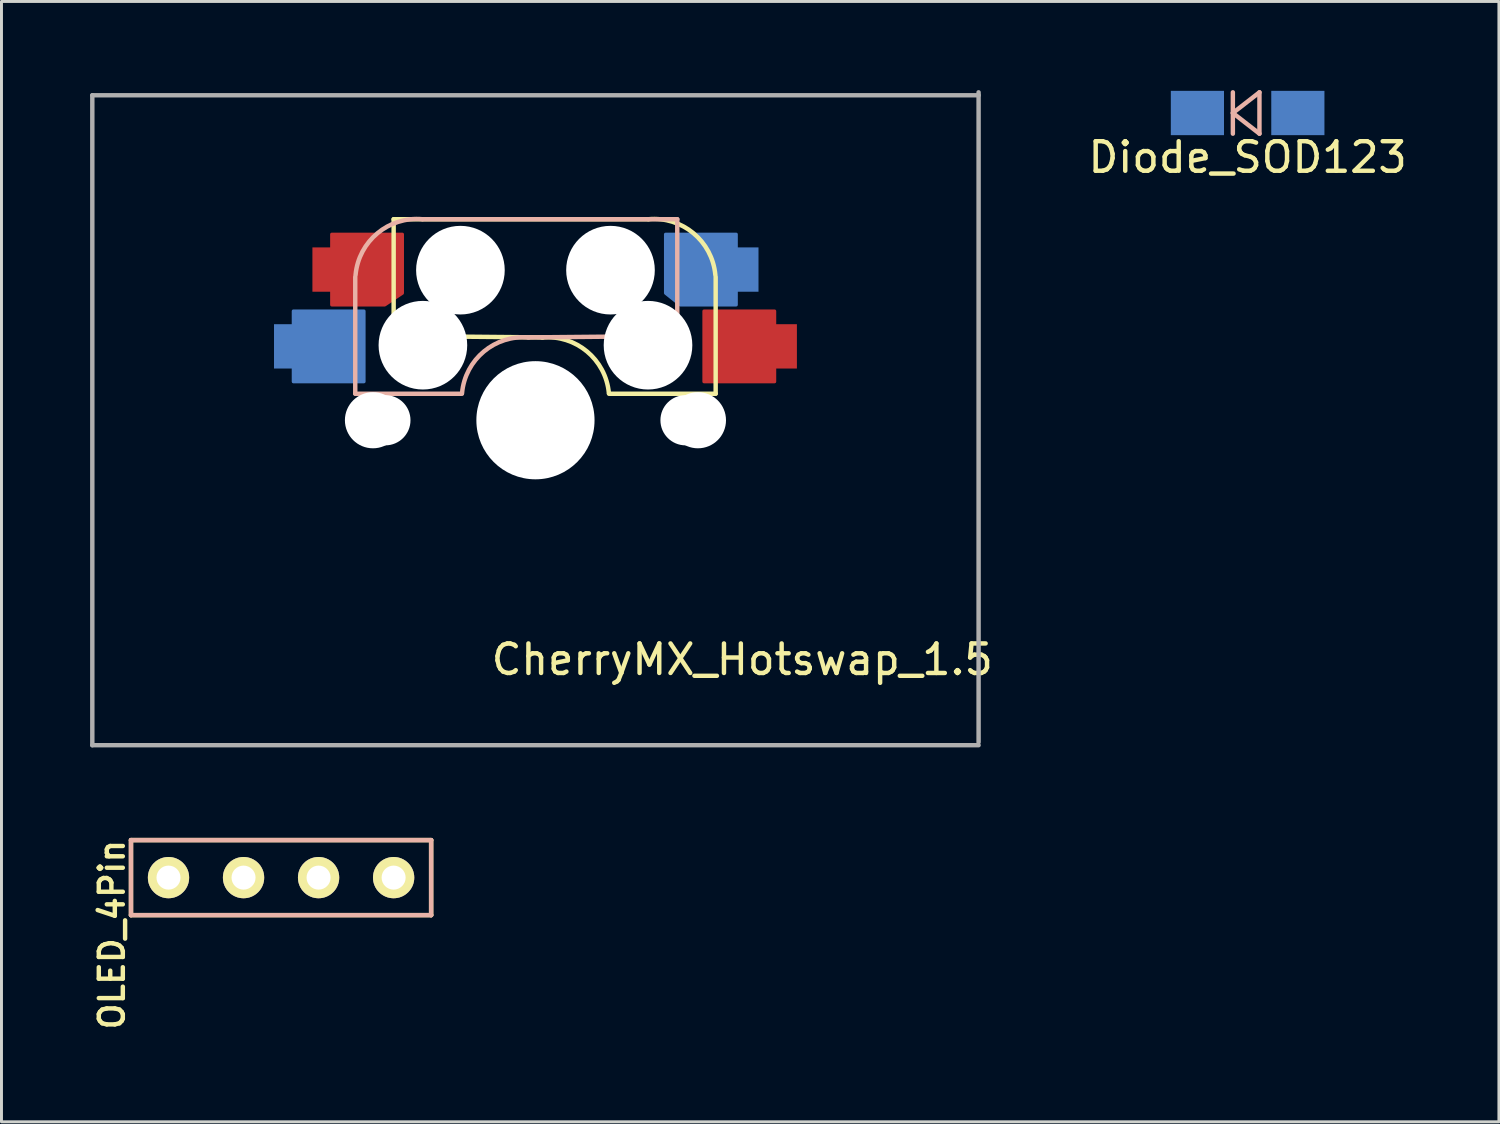
<source format=kicad_pcb>
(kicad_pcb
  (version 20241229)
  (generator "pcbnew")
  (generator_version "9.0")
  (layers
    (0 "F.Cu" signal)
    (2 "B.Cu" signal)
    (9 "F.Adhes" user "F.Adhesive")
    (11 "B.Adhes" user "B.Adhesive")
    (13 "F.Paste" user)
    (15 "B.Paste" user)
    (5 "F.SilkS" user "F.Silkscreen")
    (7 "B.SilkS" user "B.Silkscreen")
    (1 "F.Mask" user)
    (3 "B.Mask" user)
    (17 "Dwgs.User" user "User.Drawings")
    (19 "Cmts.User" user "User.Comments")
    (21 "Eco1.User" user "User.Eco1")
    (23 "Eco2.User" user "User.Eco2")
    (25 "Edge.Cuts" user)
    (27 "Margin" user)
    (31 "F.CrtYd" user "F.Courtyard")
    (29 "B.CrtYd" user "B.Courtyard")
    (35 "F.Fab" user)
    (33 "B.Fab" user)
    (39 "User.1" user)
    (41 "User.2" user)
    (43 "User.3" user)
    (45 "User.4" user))
  (footprint "Diode_SOD123"
    (placed yes)
    (layer "F.Cu")
    (at 39.182 0.775)
    (property "Reference" "Diode_SOD123" (at 0 1.5 0) (layer "F.SilkS") (effects (font (size 1 1) (thickness 0.15))))
    (attr through_hole)
    (fp_line (start -0.5 -0.7) (end -0.5 0.7) (stroke (width 0.15) (type solid)) (layer "B.SilkS"))
    (fp_line (start -0.5 0) (end 0.4 -0.7) (stroke (width 0.15) (type solid)) (layer "B.SilkS"))
    (fp_line (start 0.4 -0.7) (end 0.4 0.7) (stroke (width 0.15) (type solid)) (layer "B.SilkS"))
    (fp_line (start 0.4 0.7) (end -0.5 0) (stroke (width 0.15) (type solid)) (layer "B.SilkS"))
    (pad "1" smd rect (at -1.7 0) (size 1.8 1.5) (layers "B.Cu" "B.Mask" "B.Paste"))
    (pad "2" smd rect (at 1.7 0) (size 1.8 1.5) (layers "B.Cu" "B.Mask" "B.Paste")))
  (footprint "OLED_4Pin"
    (layer "F.Cu")
    (at 2.654 26.657)
    (property "Reference" "OLED_4Pin" (at -1.915 1.93 90) (layer "F.SilkS") (effects (font (size 0.813 0.813) (thickness 0.15))))
    (attr through_hole)
    (fp_line (start -1.27 -1.27) (end 8.89 -1.27) (stroke (width 0.15) (type solid)) (layer "F.SilkS"))
    (fp_line (start -1.27 1.27) (end -1.27 -1.27) (stroke (width 0.15) (type solid)) (layer "F.SilkS"))
    (fp_line (start -1.27 1.27) (end 8.89 1.27) (stroke (width 0.15) (type solid)) (layer "F.SilkS"))
    (fp_line (start 8.89 -1.27) (end 8.89 1.27) (stroke (width 0.15) (type solid)) (layer "F.SilkS"))
    (fp_line (start -1.27 -1.27) (end 8.89 -1.27) (stroke (width 0.15) (type solid)) (layer "B.SilkS"))
    (fp_line (start -1.27 1.27) (end -1.27 -1.27) (stroke (width 0.15) (type solid)) (layer "B.SilkS"))
    (fp_line (start 8.89 -1.27) (end 8.89 1.27) (stroke (width 0.15) (type solid)) (layer "B.SilkS"))
    (fp_line (start 8.89 1.27) (end -1.27 1.27) (stroke (width 0.15) (type solid)) (layer "B.SilkS"))
    (pad "1" thru_hole circle (at 0 0) (size 1.397 1.397) (drill 0.813) (layers "*.Cu" "*.Mask" "F.SilkS"))
    (pad "2" thru_hole circle (at 2.54 0) (size 1.397 1.397) (drill 0.813) (layers "*.Cu" "*.Mask" "F.SilkS"))
    (pad "3" thru_hole circle (at 5.08 0) (size 1.397 1.397) (drill 0.813) (layers "*.Cu" "*.Mask" "F.SilkS"))
    (pad "4" thru_hole circle (at 7.62 0) (size 1.397 1.397) (drill 0.813) (layers "*.Cu" "*.Mask" "F.SilkS")))
  (footprint "CherryMX_Hotswap_1.5"
    (layer "F.Cu")
    (at 15.075 11.175)
    (property "Reference" "CherryMX_Hotswap_1.5" (at 7 8.1 0) (layer "F.SilkS") (effects (font (size 1 1) (thickness 0.15))))
    (attr through_hole)
    (fp_line (start -4.8 -6.804) (end 3.825 -6.804) (stroke (width 0.15) (type solid)) (layer "F.SilkS"))
    (fp_line (start -4.8 -2.896) (end -4.8 -6.804) (stroke (width 0.15) (type solid)) (layer "F.SilkS"))
    (fp_line (start -4.8 -2.85) (end 0.25 -2.804) (stroke (width 0.15) (type solid)) (layer "F.SilkS"))
    (fp_line (start 6.1 -4.85) (end 6.1 -0.905) (stroke (width 0.15) (type solid)) (layer "F.SilkS"))
    (fp_line (start 6.1 -0.896) (end 2.49 -0.896) (stroke (width 0.15) (type solid)) (layer "F.SilkS"))
    (fp_arc (start 0.225 -2.8) (mid 1.744361 -2.328062) (end 2.485001 -0.920001) (stroke (width 0.15) (type solid)) (layer "F.SilkS"))
    (fp_arc (start 3.825 -6.804) (mid 5.347189 -6.33089) (end 6.089 -4.92) (stroke (width 0.15) (type solid)) (layer "F.SilkS"))
    (fp_line (start -6.1 -4.85) (end -6.1 -0.905) (stroke (width 0.15) (type solid)) (layer "B.SilkS"))
    (fp_line (start -6.1 -0.896) (end -2.49 -0.896) (stroke (width 0.15) (type solid)) (layer "B.SilkS"))
    (fp_line (start 4.8 -6.804) (end -3.825 -6.804) (stroke (width 0.15) (type solid)) (layer "B.SilkS"))
    (fp_line (start 4.8 -2.896) (end 4.8 -6.804) (stroke (width 0.15) (type solid)) (layer "B.SilkS"))
    (fp_line (start 4.8 -2.85) (end -0.25 -2.804) (stroke (width 0.15) (type solid)) (layer "B.SilkS"))
    (fp_arc (start -6.089 -4.92) (mid -5.347189 -6.33089) (end -3.825 -6.804) (stroke (width 0.15) (type solid)) (layer "B.SilkS"))
    (fp_arc (start -2.484999 -0.920001) (mid -1.74436 -2.328062) (end -0.225 -2.8) (stroke (width 0.15) (type solid)) (layer "B.SilkS"))
    (fp_line (start -14 -9) (end 14 -9) (stroke (width 0.15) (type solid)) (layer "Eco1.User"))
    (fp_line (start -14 9) (end -14 -9) (stroke (width 0.15) (type solid)) (layer "Eco1.User"))
    (fp_line (start 14 -9) (end 14 9) (stroke (width 0.15) (type solid)) (layer "Eco1.User"))
    (fp_line (start 14 9) (end -14 9) (stroke (width 0.15) (type solid)) (layer "Eco1.User"))
    (fp_line (start -7 -7) (end 7 -7) (stroke (width 0.15) (type solid)) (layer "Eco2.User"))
    (fp_line (start -7 7) (end -7 -7) (stroke (width 0.15) (type solid)) (layer "Eco2.User"))
    (fp_line (start 7 -7) (end 7 7) (stroke (width 0.15) (type solid)) (layer "Eco2.User"))
    (fp_line (start 7 7) (end -7 7) (stroke (width 0.15) (type solid)) (layer "Eco2.User"))
    (fp_line (start -15 -11) (end -15 11) (stroke (width 0.15) (type solid)) (layer "F.Fab"))
    (fp_line (start -15 11) (end 15 11) (stroke (width 0.15) (type solid)) (layer "F.Fab"))
    (fp_line (start 15 -11) (end -15 -11) (stroke (width 0.15) (type solid)) (layer "F.Fab"))
    (fp_line (start 15 10.9) (end 15 -11.1) (stroke (width 0.15) (type solid)) (layer "F.Fab"))
    (pad "" np_thru_hole circle (at -5.5 0 90) (size 1.9 1.9) (drill 1.9) (layers "*.Cu" "*.Mask"))
    (pad "" np_thru_hole circle (at -5.08 0) (size 1.7 1.7) (drill 1.7) (layers "*.Cu" "*.Mask"))
    (pad "" np_thru_hole circle (at -3.81 -2.54 180) (size 3 3) (drill 3) (layers "*.Cu" "*.Mask"))
    (pad "" np_thru_hole circle (at -2.54 -5.08 180) (size 3 3) (drill 3) (layers "*.Cu" "*.Mask"))
    (pad "" np_thru_hole circle (at 0 0 90) (size 4 4) (drill 4) (layers "*.Cu" "*.Mask"))
    (pad "" np_thru_hole circle (at 2.54 -5.08 180) (size 3 3) (drill 3) (layers "*.Cu" "*.Mask"))
    (pad "" np_thru_hole circle (at 3.81 -2.54 180) (size 3 3) (drill 3) (layers "*.Cu" "*.Mask"))
    (pad "" np_thru_hole circle (at 5.08 0) (size 1.7 1.7) (drill 1.7) (layers "*.Cu" "*.Mask"))
    (pad "" np_thru_hole circle (at 5.5 0 90) (size 1.9 1.9) (drill 1.9) (layers "*.Cu" "*.Mask"))
    (pad "1" smd custom (at -8.5 -2.5) (size 0.7 1.5) (layers "B.Cu" "B.Mask" "B.Paste") (options (anchor rect)) (primitives (gr_poly (pts (xy 0.3 -1.2) (xy 2.7 -1.2) (xy 2.7 1.2) (xy 0.3 1.2)) (width 0.1) (fill yes))))
    (pad "1" smd custom (at -7.2 -5.1) (size 0.7 1.5) (layers "F.Cu" "F.Mask" "F.Paste") (options (anchor rect)) (primitives (gr_poly (pts (xy 0.3 -1.2) (xy 0.3 1.2) (xy 2.1 1.2) (xy 2.7 0.8) (xy 2.7 -1.2)) (width 0.1) (fill yes))))
    (pad "2" smd custom (at 7.2 -5.1) (size 0.7 1.5) (layers "B.Cu" "B.Mask" "B.Paste") (options (anchor rect)) (primitives (gr_poly (pts (xy -0.4 -1.2) (xy -2.8 -1.2) (xy -2.8 0.8) (xy -2.3 1.2) (xy -0.4 1.2)) (width 0.1) (fill yes))))
    (pad "2" smd custom (at 8.5 -2.5) (size 0.7 1.5) (layers "F.Cu" "F.Mask" "F.Paste") (options (anchor rect)) (primitives (gr_poly (pts (xy -2.8 -1.2) (xy -0.4 -1.2) (xy -0.4 1.2) (xy -2.8 1.2)) (width 0.1) (fill yes)))))
  (gr_rect
    (start -3 -3)
    (end 47.688 34.924)
    (stroke (width 0.1) (type default))
    (fill no)
    (layer "Edge.Cuts")))
</source>
